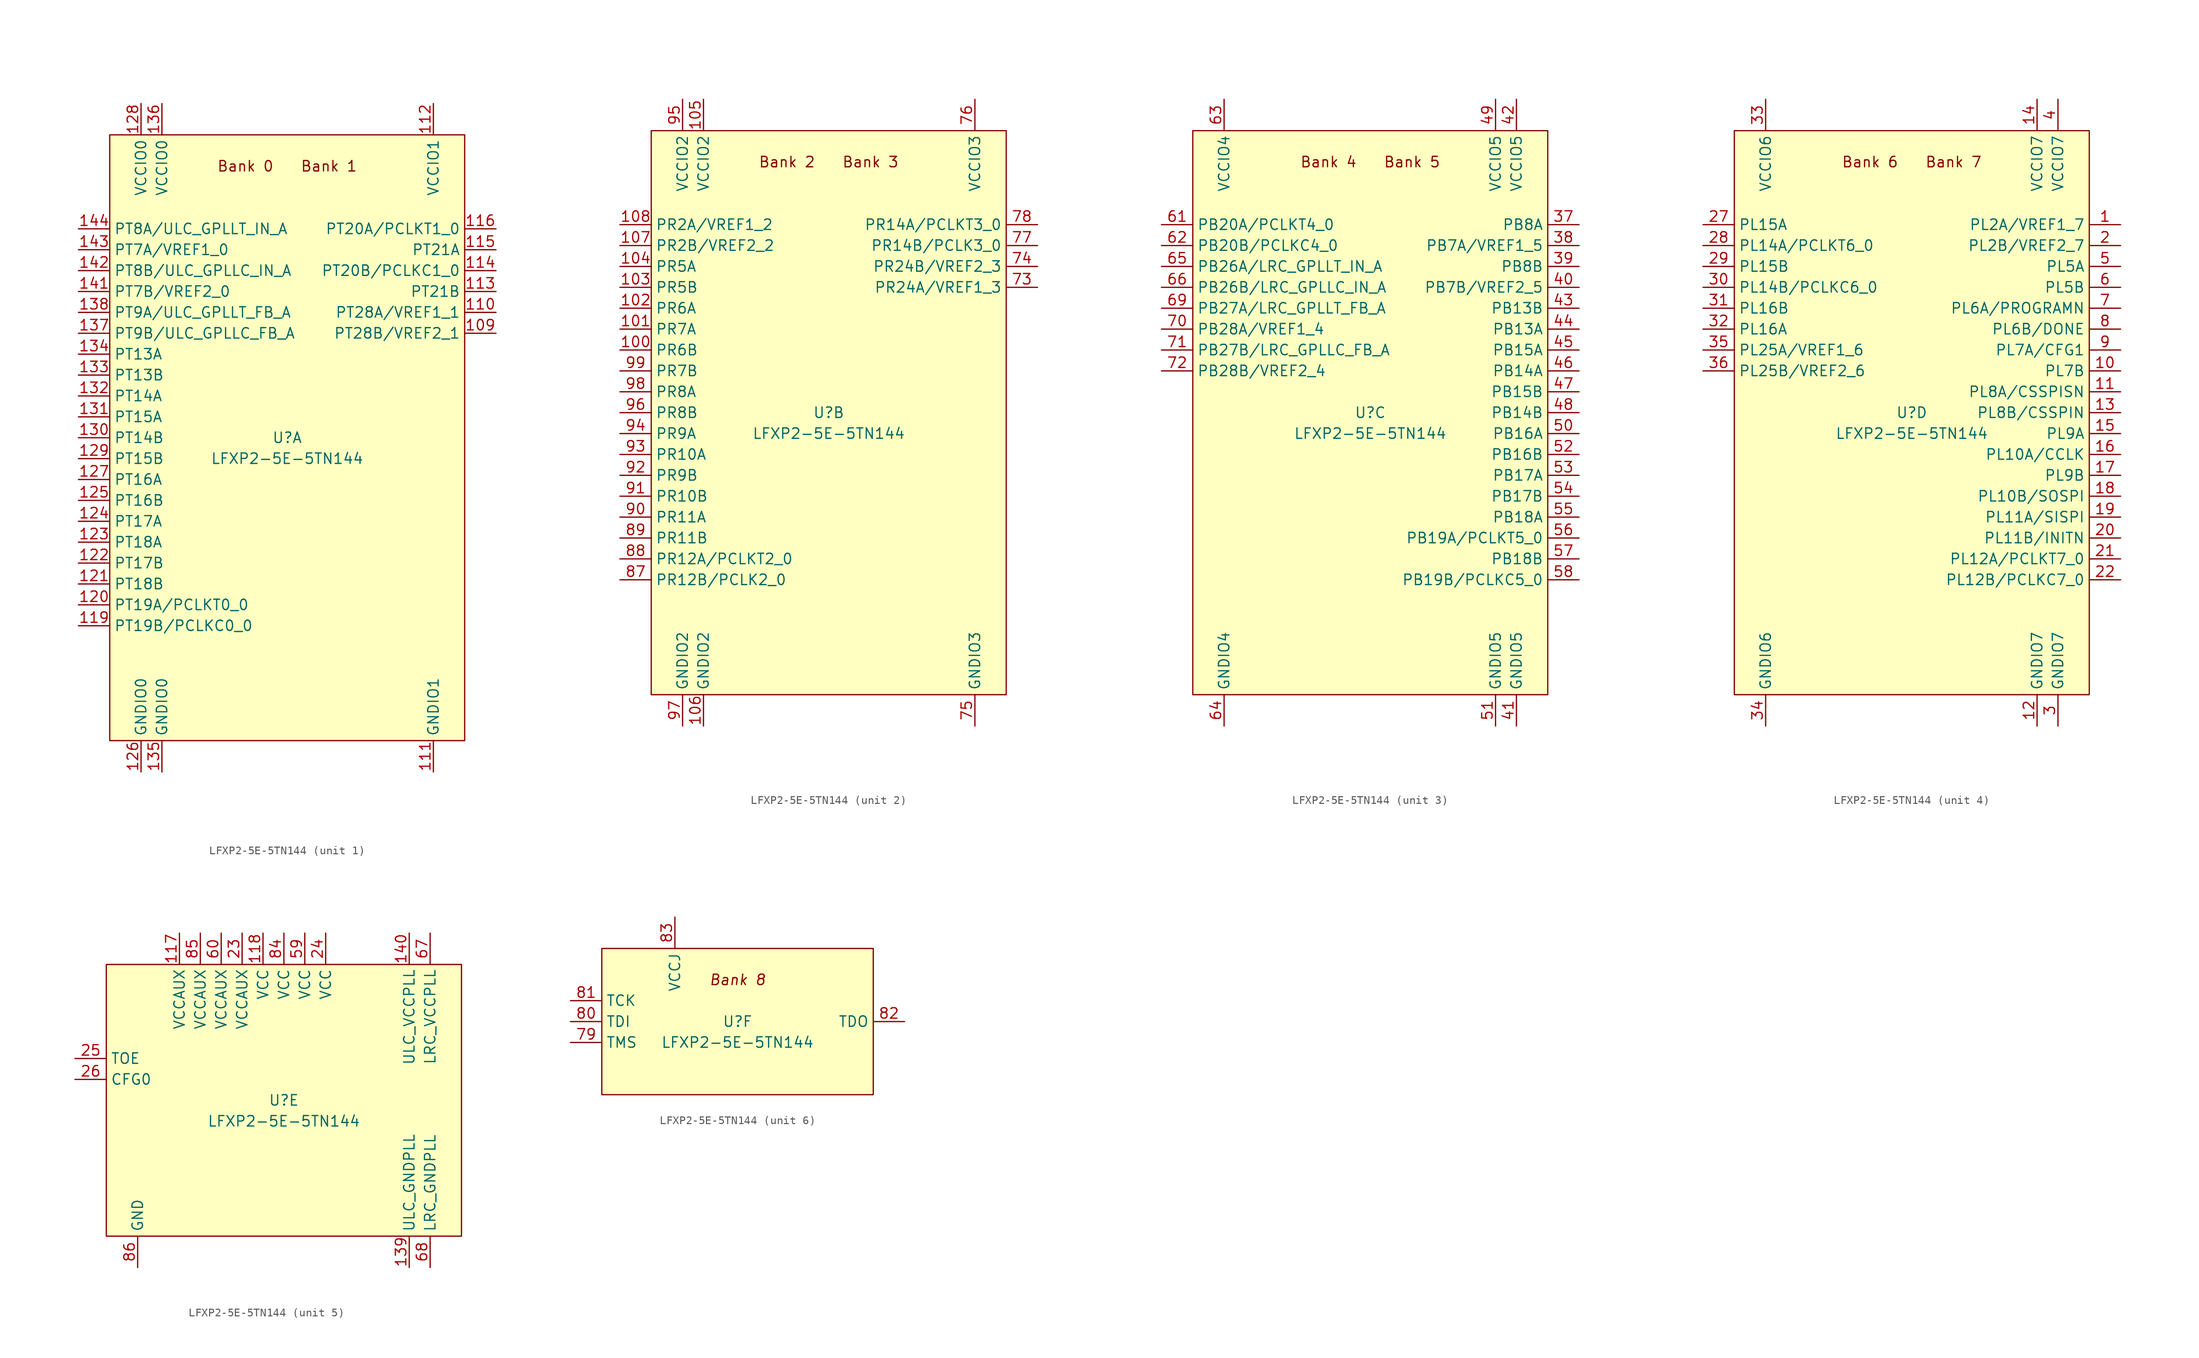
<source format=kicad_sym>
(kicad_symbol_lib
  (version 20211014)
  (generator kicad_symbol_editor)
  (symbol "LFXP2-5E-5TN144"
    (property "Reference" "U"
      (at 0 0 0)
      (effects (font (size 1.27 1.27))))
    (property "Value" "LFXP2-5E-5TN144"
      (at 0 -2.54 0)
      (effects (font (size 1.27 1.27))))
    (property "ki_locked" ""
      (at 0 0 0)
      (effects (font (size 1.27 1.27))))
    (symbol "LFXP2-5E-5TN144_1_0"
      (text "Bank 0" (at -5.08 33.02 0) (effects (font (size 1.27 1.27))))
      (text "Bank 1" (at 5.08 33.02 0) (effects (font (size 1.27 1.27)))))
    (symbol "LFXP2-5E-5TN144_1_1"
      (rectangle (start -21.59 36.83) (end 21.59 -36.83) (stroke (width 0) (type default) (color 0 0 0 0)) (fill (type background)))
      (pin bidirectional line (at 25.4 12.7 180) (length 3.81) (name "PT28B/VREF2_1" (effects (font (size 1.27 1.27)))) (number "109" (effects (font (size 1.27 1.27)))))
      (pin bidirectional line (at 25.4 15.24 180) (length 3.81) (name "PT28A/VREF1_1" (effects (font (size 1.27 1.27)))) (number "110" (effects (font (size 1.27 1.27)))))
      (pin power_in line (at 17.78 -40.64 90) (length 3.81) (name "GNDIO1" (effects (font (size 1.27 1.27)))) (number "111" (effects (font (size 1.27 1.27)))))
      (pin power_in line (at 17.78 40.64 270) (length 3.81) (name "VCCIO1" (effects (font (size 1.27 1.27)))) (number "112" (effects (font (size 1.27 1.27)))))
      (pin bidirectional line (at 25.4 17.78 180) (length 3.81) (name "PT21B" (effects (font (size 1.27 1.27)))) (number "113" (effects (font (size 1.27 1.27)))))
      (pin bidirectional line (at 25.4 20.32 180) (length 3.81) (name "PT20B/PCLKC1_0" (effects (font (size 1.27 1.27)))) (number "114" (effects (font (size 1.27 1.27)))))
      (pin bidirectional line (at 25.4 22.86 180) (length 3.81) (name "PT21A" (effects (font (size 1.27 1.27)))) (number "115" (effects (font (size 1.27 1.27)))))
      (pin bidirectional line (at 25.4 25.4 180) (length 3.81) (name "PT20A/PCLKT1_0" (effects (font (size 1.27 1.27)))) (number "116" (effects (font (size 1.27 1.27)))))
      (pin bidirectional line (at -25.4 -22.86 0) (length 3.81) (name "PT19B/PCLKC0_0" (effects (font (size 1.27 1.27)))) (number "119" (effects (font (size 1.27 1.27)))))
      (pin bidirectional line (at -25.4 -20.32 0) (length 3.81) (name "PT19A/PCLKT0_0" (effects (font (size 1.27 1.27)))) (number "120" (effects (font (size 1.27 1.27)))))
      (pin bidirectional line (at -25.4 -17.78 0) (length 3.81) (name "PT18B" (effects (font (size 1.27 1.27)))) (number "121" (effects (font (size 1.27 1.27)))))
      (pin bidirectional line (at -25.4 -15.24 0) (length 3.81) (name "PT17B" (effects (font (size 1.27 1.27)))) (number "122" (effects (font (size 1.27 1.27)))))
      (pin bidirectional line (at -25.4 -12.7 0) (length 3.81) (name "PT18A" (effects (font (size 1.27 1.27)))) (number "123" (effects (font (size 1.27 1.27)))))
      (pin bidirectional line (at -25.4 -10.16 0) (length 3.81) (name "PT17A" (effects (font (size 1.27 1.27)))) (number "124" (effects (font (size 1.27 1.27)))))
      (pin bidirectional line (at -25.4 -7.62 0) (length 3.81) (name "PT16B" (effects (font (size 1.27 1.27)))) (number "125" (effects (font (size 1.27 1.27)))))
      (pin power_in line (at -17.78 -40.64 90) (length 3.81) (name "GNDIO0" (effects (font (size 1.27 1.27)))) (number "126" (effects (font (size 1.27 1.27)))))
      (pin bidirectional line (at -25.4 -5.08 0) (length 3.81) (name "PT16A" (effects (font (size 1.27 1.27)))) (number "127" (effects (font (size 1.27 1.27)))))
      (pin power_in line (at -17.78 40.64 270) (length 3.81) (name "VCCIO0" (effects (font (size 1.27 1.27)))) (number "128" (effects (font (size 1.27 1.27)))))
      (pin bidirectional line (at -25.4 -2.54 0) (length 3.81) (name "PT15B" (effects (font (size 1.27 1.27)))) (number "129" (effects (font (size 1.27 1.27)))))
      (pin bidirectional line (at -25.4 0 0) (length 3.81) (name "PT14B" (effects (font (size 1.27 1.27)))) (number "130" (effects (font (size 1.27 1.27)))))
      (pin bidirectional line (at -25.4 2.54 0) (length 3.81) (name "PT15A" (effects (font (size 1.27 1.27)))) (number "131" (effects (font (size 1.27 1.27)))))
      (pin bidirectional line (at -25.4 5.08 0) (length 3.81) (name "PT14A" (effects (font (size 1.27 1.27)))) (number "132" (effects (font (size 1.27 1.27)))))
      (pin bidirectional line (at -25.4 7.62 0) (length 3.81) (name "PT13B" (effects (font (size 1.27 1.27)))) (number "133" (effects (font (size 1.27 1.27)))))
      (pin bidirectional line (at -25.4 10.16 0) (length 3.81) (name "PT13A" (effects (font (size 1.27 1.27)))) (number "134" (effects (font (size 1.27 1.27)))))
      (pin power_in line (at -15.24 -40.64 90) (length 3.81) (name "GNDIO0" (effects (font (size 1.27 1.27)))) (number "135" (effects (font (size 1.27 1.27)))))
      (pin power_in line (at -15.24 40.64 270) (length 3.81) (name "VCCIO0" (effects (font (size 1.27 1.27)))) (number "136" (effects (font (size 1.27 1.27)))))
      (pin bidirectional line (at -25.4 12.7 0) (length 3.81) (name "PT9B/ULC_GPLLC_FB_A" (effects (font (size 1.27 1.27)))) (number "137" (effects (font (size 1.27 1.27)))))
      (pin bidirectional line (at -25.4 15.24 0) (length 3.81) (name "PT9A/ULC_GPLLT_FB_A" (effects (font (size 1.27 1.27)))) (number "138" (effects (font (size 1.27 1.27)))))
      (pin bidirectional line (at -25.4 17.78 0) (length 3.81) (name "PT7B/VREF2_0" (effects (font (size 1.27 1.27)))) (number "141" (effects (font (size 1.27 1.27)))))
      (pin bidirectional line (at -25.4 20.32 0) (length 3.81) (name "PT8B/ULC_GPLLC_IN_A" (effects (font (size 1.27 1.27)))) (number "142" (effects (font (size 1.27 1.27)))))
      (pin bidirectional line (at -25.4 22.86 0) (length 3.81) (name "PT7A/VREF1_0" (effects (font (size 1.27 1.27)))) (number "143" (effects (font (size 1.27 1.27)))))
      (pin bidirectional line (at -25.4 25.4 0) (length 3.81) (name "PT8A/ULC_GPLLT_IN_A" (effects (font (size 1.27 1.27)))) (number "144" (effects (font (size 1.27 1.27))))))
    (symbol "LFXP2-5E-5TN144_2_0"
      (text "Bank 2" (at -5.08 30.48 0) (effects (font (size 1.27 1.27))))
      (text "Bank 3" (at 5.08 30.48 0) (effects (font (size 1.27 1.27)))))
    (symbol "LFXP2-5E-5TN144_2_1"
      (rectangle (start -21.59 34.29) (end 21.59 -34.29) (stroke (width 0) (type default) (color 0 0 0 0)) (fill (type background)))
      (pin bidirectional line (at -25.4 7.62 0) (length 3.81) (name "PR6B" (effects (font (size 1.27 1.27)))) (number "100" (effects (font (size 1.27 1.27)))))
      (pin bidirectional line (at -25.4 10.16 0) (length 3.81) (name "PR7A" (effects (font (size 1.27 1.27)))) (number "101" (effects (font (size 1.27 1.27)))))
      (pin bidirectional line (at -25.4 12.7 0) (length 3.81) (name "PR6A" (effects (font (size 1.27 1.27)))) (number "102" (effects (font (size 1.27 1.27)))))
      (pin bidirectional line (at -25.4 15.24 0) (length 3.81) (name "PR5B" (effects (font (size 1.27 1.27)))) (number "103" (effects (font (size 1.27 1.27)))))
      (pin bidirectional line (at -25.4 17.78 0) (length 3.81) (name "PR5A" (effects (font (size 1.27 1.27)))) (number "104" (effects (font (size 1.27 1.27)))))
      (pin power_in line (at -15.24 38.1 270) (length 3.81) (name "VCCIO2" (effects (font (size 1.27 1.27)))) (number "105" (effects (font (size 1.27 1.27)))))
      (pin power_in line (at -15.24 -38.1 90) (length 3.81) (name "GNDIO2" (effects (font (size 1.27 1.27)))) (number "106" (effects (font (size 1.27 1.27)))))
      (pin bidirectional line (at -25.4 20.32 0) (length 3.81) (name "PR2B/VREF2_2" (effects (font (size 1.27 1.27)))) (number "107" (effects (font (size 1.27 1.27)))))
      (pin bidirectional line (at -25.4 22.86 0) (length 3.81) (name "PR2A/VREF1_2" (effects (font (size 1.27 1.27)))) (number "108" (effects (font (size 1.27 1.27)))))
      (pin bidirectional line (at 25.4 15.24 180) (length 3.81) (name "PR24A/VREF1_3" (effects (font (size 1.27 1.27)))) (number "73" (effects (font (size 1.27 1.27)))))
      (pin bidirectional line (at 25.4 17.78 180) (length 3.81) (name "PR24B/VREF2_3" (effects (font (size 1.27 1.27)))) (number "74" (effects (font (size 1.27 1.27)))))
      (pin power_in line (at 17.78 -38.1 90) (length 3.81) (name "GNDIO3" (effects (font (size 1.27 1.27)))) (number "75" (effects (font (size 1.27 1.27)))))
      (pin power_in line (at 17.78 38.1 270) (length 3.81) (name "VCCIO3" (effects (font (size 1.27 1.27)))) (number "76" (effects (font (size 1.27 1.27)))))
      (pin bidirectional line (at 25.4 20.32 180) (length 3.81) (name "PR14B/PCLK3_0" (effects (font (size 1.27 1.27)))) (number "77" (effects (font (size 1.27 1.27)))))
      (pin bidirectional line (at 25.4 22.86 180) (length 3.81) (name "PR14A/PCLKT3_0" (effects (font (size 1.27 1.27)))) (number "78" (effects (font (size 1.27 1.27)))))
      (pin bidirectional line (at -25.4 -20.32 0) (length 3.81) (name "PR12B/PCLK2_0" (effects (font (size 1.27 1.27)))) (number "87" (effects (font (size 1.27 1.27)))))
      (pin bidirectional line (at -25.4 -17.78 0) (length 3.81) (name "PR12A/PCLKT2_0" (effects (font (size 1.27 1.27)))) (number "88" (effects (font (size 1.27 1.27)))))
      (pin bidirectional line (at -25.4 -15.24 0) (length 3.81) (name "PR11B" (effects (font (size 1.27 1.27)))) (number "89" (effects (font (size 1.27 1.27)))))
      (pin bidirectional line (at -25.4 -12.7 0) (length 3.81) (name "PR11A" (effects (font (size 1.27 1.27)))) (number "90" (effects (font (size 1.27 1.27)))))
      (pin bidirectional line (at -25.4 -10.16 0) (length 3.81) (name "PR10B" (effects (font (size 1.27 1.27)))) (number "91" (effects (font (size 1.27 1.27)))))
      (pin bidirectional line (at -25.4 -7.62 0) (length 3.81) (name "PR9B" (effects (font (size 1.27 1.27)))) (number "92" (effects (font (size 1.27 1.27)))))
      (pin bidirectional line (at -25.4 -5.08 0) (length 3.81) (name "PR10A" (effects (font (size 1.27 1.27)))) (number "93" (effects (font (size 1.27 1.27)))))
      (pin bidirectional line (at -25.4 -2.54 0) (length 3.81) (name "PR9A" (effects (font (size 1.27 1.27)))) (number "94" (effects (font (size 1.27 1.27)))))
      (pin power_in line (at -17.78 38.1 270) (length 3.81) (name "VCCIO2" (effects (font (size 1.27 1.27)))) (number "95" (effects (font (size 1.27 1.27)))))
      (pin bidirectional line (at -25.4 0 0) (length 3.81) (name "PR8B" (effects (font (size 1.27 1.27)))) (number "96" (effects (font (size 1.27 1.27)))))
      (pin power_in line (at -17.78 -38.1 90) (length 3.81) (name "GNDIO2" (effects (font (size 1.27 1.27)))) (number "97" (effects (font (size 1.27 1.27)))))
      (pin bidirectional line (at -25.4 2.54 0) (length 3.81) (name "PR8A" (effects (font (size 1.27 1.27)))) (number "98" (effects (font (size 1.27 1.27)))))
      (pin bidirectional line (at -25.4 5.08 0) (length 3.81) (name "PR7B" (effects (font (size 1.27 1.27)))) (number "99" (effects (font (size 1.27 1.27))))))
    (symbol "LFXP2-5E-5TN144_3_0"
      (text "Bank 4" (at -5.08 30.48 0) (effects (font (size 1.27 1.27))))
      (text "Bank 5" (at 5.08 30.48 0) (effects (font (size 1.27 1.27)))))
    (symbol "LFXP2-5E-5TN144_3_1"
      (rectangle (start -21.59 34.29) (end 21.59 -34.29) (stroke (width 0) (type default) (color 0 0 0 0)) (fill (type background)))
      (pin bidirectional line (at 25.4 22.86 180) (length 3.81) (name "PB8A" (effects (font (size 1.27 1.27)))) (number "37" (effects (font (size 1.27 1.27)))))
      (pin bidirectional line (at 25.4 20.32 180) (length 3.81) (name "PB7A/VREF1_5" (effects (font (size 1.27 1.27)))) (number "38" (effects (font (size 1.27 1.27)))))
      (pin bidirectional line (at 25.4 17.78 180) (length 3.81) (name "PB8B" (effects (font (size 1.27 1.27)))) (number "39" (effects (font (size 1.27 1.27)))))
      (pin bidirectional line (at 25.4 15.24 180) (length 3.81) (name "PB7B/VREF2_5" (effects (font (size 1.27 1.27)))) (number "40" (effects (font (size 1.27 1.27)))))
      (pin power_in line (at 17.78 -38.1 90) (length 3.81) (name "GNDIO5" (effects (font (size 1.27 1.27)))) (number "41" (effects (font (size 1.27 1.27)))))
      (pin power_in line (at 17.78 38.1 270) (length 3.81) (name "VCCIO5" (effects (font (size 1.27 1.27)))) (number "42" (effects (font (size 1.27 1.27)))))
      (pin bidirectional line (at 25.4 12.7 180) (length 3.81) (name "PB13B" (effects (font (size 1.27 1.27)))) (number "43" (effects (font (size 1.27 1.27)))))
      (pin bidirectional line (at 25.4 10.16 180) (length 3.81) (name "PB13A" (effects (font (size 1.27 1.27)))) (number "44" (effects (font (size 1.27 1.27)))))
      (pin bidirectional line (at 25.4 7.62 180) (length 3.81) (name "PB15A" (effects (font (size 1.27 1.27)))) (number "45" (effects (font (size 1.27 1.27)))))
      (pin bidirectional line (at 25.4 5.08 180) (length 3.81) (name "PB14A" (effects (font (size 1.27 1.27)))) (number "46" (effects (font (size 1.27 1.27)))))
      (pin bidirectional line (at 25.4 2.54 180) (length 3.81) (name "PB15B" (effects (font (size 1.27 1.27)))) (number "47" (effects (font (size 1.27 1.27)))))
      (pin bidirectional line (at 25.4 0 180) (length 3.81) (name "PB14B" (effects (font (size 1.27 1.27)))) (number "48" (effects (font (size 1.27 1.27)))))
      (pin power_in line (at 15.24 38.1 270) (length 3.81) (name "VCCIO5" (effects (font (size 1.27 1.27)))) (number "49" (effects (font (size 1.27 1.27)))))
      (pin bidirectional line (at 25.4 -2.54 180) (length 3.81) (name "PB16A" (effects (font (size 1.27 1.27)))) (number "50" (effects (font (size 1.27 1.27)))))
      (pin power_in line (at 15.24 -38.1 90) (length 3.81) (name "GNDIO5" (effects (font (size 1.27 1.27)))) (number "51" (effects (font (size 1.27 1.27)))))
      (pin bidirectional line (at 25.4 -5.08 180) (length 3.81) (name "PB16B" (effects (font (size 1.27 1.27)))) (number "52" (effects (font (size 1.27 1.27)))))
      (pin bidirectional line (at 25.4 -7.62 180) (length 3.81) (name "PB17A" (effects (font (size 1.27 1.27)))) (number "53" (effects (font (size 1.27 1.27)))))
      (pin bidirectional line (at 25.4 -10.16 180) (length 3.81) (name "PB17B" (effects (font (size 1.27 1.27)))) (number "54" (effects (font (size 1.27 1.27)))))
      (pin bidirectional line (at 25.4 -12.7 180) (length 3.81) (name "PB18A" (effects (font (size 1.27 1.27)))) (number "55" (effects (font (size 1.27 1.27)))))
      (pin bidirectional line (at 25.4 -15.24 180) (length 3.81) (name "PB19A/PCLKT5_0" (effects (font (size 1.27 1.27)))) (number "56" (effects (font (size 1.27 1.27)))))
      (pin bidirectional line (at 25.4 -17.78 180) (length 3.81) (name "PB18B" (effects (font (size 1.27 1.27)))) (number "57" (effects (font (size 1.27 1.27)))))
      (pin bidirectional line (at 25.4 -20.32 180) (length 3.81) (name "PB19B/PCLKC5_0" (effects (font (size 1.27 1.27)))) (number "58" (effects (font (size 1.27 1.27)))))
      (pin bidirectional line (at -25.4 22.86 0) (length 3.81) (name "PB20A/PCLKT4_0" (effects (font (size 1.27 1.27)))) (number "61" (effects (font (size 1.27 1.27)))))
      (pin bidirectional line (at -25.4 20.32 0) (length 3.81) (name "PB20B/PCLKC4_0" (effects (font (size 1.27 1.27)))) (number "62" (effects (font (size 1.27 1.27)))))
      (pin power_in line (at -17.78 38.1 270) (length 3.81) (name "VCCIO4" (effects (font (size 1.27 1.27)))) (number "63" (effects (font (size 1.27 1.27)))))
      (pin power_in line (at -17.78 -38.1 90) (length 3.81) (name "GNDIO4" (effects (font (size 1.27 1.27)))) (number "64" (effects (font (size 1.27 1.27)))))
      (pin bidirectional line (at -25.4 17.78 0) (length 3.81) (name "PB26A/LRC_GPLLT_IN_A" (effects (font (size 1.27 1.27)))) (number "65" (effects (font (size 1.27 1.27)))))
      (pin bidirectional line (at -25.4 15.24 0) (length 3.81) (name "PB26B/LRC_GPLLC_IN_A" (effects (font (size 1.27 1.27)))) (number "66" (effects (font (size 1.27 1.27)))))
      (pin bidirectional line (at -25.4 12.7 0) (length 3.81) (name "PB27A/LRC_GPLLT_FB_A" (effects (font (size 1.27 1.27)))) (number "69" (effects (font (size 1.27 1.27)))))
      (pin bidirectional line (at -25.4 10.16 0) (length 3.81) (name "PB28A/VREF1_4" (effects (font (size 1.27 1.27)))) (number "70" (effects (font (size 1.27 1.27)))))
      (pin bidirectional line (at -25.4 7.62 0) (length 3.81) (name "PB27B/LRC_GPLLC_FB_A" (effects (font (size 1.27 1.27)))) (number "71" (effects (font (size 1.27 1.27)))))
      (pin bidirectional line (at -25.4 5.08 0) (length 3.81) (name "PB28B/VREF2_4" (effects (font (size 1.27 1.27)))) (number "72" (effects (font (size 1.27 1.27))))))
    (symbol "LFXP2-5E-5TN144_4_0"
      (text "Bank 6" (at -5.08 30.48 0) (effects (font (size 1.27 1.27))))
      (text "Bank 7" (at 5.08 30.48 0) (effects (font (size 1.27 1.27)))))
    (symbol "LFXP2-5E-5TN144_4_1"
      (rectangle (start -21.59 34.29) (end 21.59 -34.29) (stroke (width 0) (type default) (color 0 0 0 0)) (fill (type background)))
      (pin bidirectional line (at 25.4 22.86 180) (length 3.81) (name "PL2A/VREF1_7" (effects (font (size 1.27 1.27)))) (number "1" (effects (font (size 1.27 1.27)))))
      (pin bidirectional line (at 25.4 5.08 180) (length 3.81) (name "PL7B" (effects (font (size 1.27 1.27)))) (number "10" (effects (font (size 1.27 1.27)))))
      (pin bidirectional line (at 25.4 2.54 180) (length 3.81) (name "PL8A/CSSPISN" (effects (font (size 1.27 1.27)))) (number "11" (effects (font (size 1.27 1.27)))))
      (pin power_in line (at 15.24 -38.1 90) (length 3.81) (name "GNDIO7" (effects (font (size 1.27 1.27)))) (number "12" (effects (font (size 1.27 1.27)))))
      (pin bidirectional line (at 25.4 0 180) (length 3.81) (name "PL8B/CSSPIN" (effects (font (size 1.27 1.27)))) (number "13" (effects (font (size 1.27 1.27)))))
      (pin power_in line (at 15.24 38.1 270) (length 3.81) (name "VCCIO7" (effects (font (size 1.27 1.27)))) (number "14" (effects (font (size 1.27 1.27)))))
      (pin bidirectional line (at 25.4 -2.54 180) (length 3.81) (name "PL9A" (effects (font (size 1.27 1.27)))) (number "15" (effects (font (size 1.27 1.27)))))
      (pin bidirectional line (at 25.4 -5.08 180) (length 3.81) (name "PL10A/CCLK" (effects (font (size 1.27 1.27)))) (number "16" (effects (font (size 1.27 1.27)))))
      (pin bidirectional line (at 25.4 -7.62 180) (length 3.81) (name "PL9B" (effects (font (size 1.27 1.27)))) (number "17" (effects (font (size 1.27 1.27)))))
      (pin bidirectional line (at 25.4 -10.16 180) (length 3.81) (name "PL10B/SOSPI" (effects (font (size 1.27 1.27)))) (number "18" (effects (font (size 1.27 1.27)))))
      (pin bidirectional line (at 25.4 -12.7 180) (length 3.81) (name "PL11A/SISPI" (effects (font (size 1.27 1.27)))) (number "19" (effects (font (size 1.27 1.27)))))
      (pin bidirectional line (at 25.4 20.32 180) (length 3.81) (name "PL2B/VREF2_7" (effects (font (size 1.27 1.27)))) (number "2" (effects (font (size 1.27 1.27)))))
      (pin bidirectional line (at 25.4 -15.24 180) (length 3.81) (name "PL11B/INITN" (effects (font (size 1.27 1.27)))) (number "20" (effects (font (size 1.27 1.27)))))
      (pin bidirectional line (at 25.4 -17.78 180) (length 3.81) (name "PL12A/PCLKT7_0" (effects (font (size 1.27 1.27)))) (number "21" (effects (font (size 1.27 1.27)))))
      (pin bidirectional line (at 25.4 -20.32 180) (length 3.81) (name "PL12B/PCLKC7_0" (effects (font (size 1.27 1.27)))) (number "22" (effects (font (size 1.27 1.27)))))
      (pin bidirectional line (at -25.4 22.86 0) (length 3.81) (name "PL15A" (effects (font (size 1.27 1.27)))) (number "27" (effects (font (size 1.27 1.27)))))
      (pin bidirectional line (at -25.4 20.32 0) (length 3.81) (name "PL14A/PCLKT6_0" (effects (font (size 1.27 1.27)))) (number "28" (effects (font (size 1.27 1.27)))))
      (pin bidirectional line (at -25.4 17.78 0) (length 3.81) (name "PL15B" (effects (font (size 1.27 1.27)))) (number "29" (effects (font (size 1.27 1.27)))))
      (pin power_in line (at 17.78 -38.1 90) (length 3.81) (name "GNDIO7" (effects (font (size 1.27 1.27)))) (number "3" (effects (font (size 1.27 1.27)))))
      (pin bidirectional line (at -25.4 15.24 0) (length 3.81) (name "PL14B/PCLKC6_0" (effects (font (size 1.27 1.27)))) (number "30" (effects (font (size 1.27 1.27)))))
      (pin bidirectional line (at -25.4 12.7 0) (length 3.81) (name "PL16B" (effects (font (size 1.27 1.27)))) (number "31" (effects (font (size 1.27 1.27)))))
      (pin bidirectional line (at -25.4 10.16 0) (length 3.81) (name "PL16A" (effects (font (size 1.27 1.27)))) (number "32" (effects (font (size 1.27 1.27)))))
      (pin power_in line (at -17.78 38.1 270) (length 3.81) (name "VCCIO6" (effects (font (size 1.27 1.27)))) (number "33" (effects (font (size 1.27 1.27)))))
      (pin power_in line (at -17.78 -38.1 90) (length 3.81) (name "GNDIO6" (effects (font (size 1.27 1.27)))) (number "34" (effects (font (size 1.27 1.27)))))
      (pin bidirectional line (at -25.4 7.62 0) (length 3.81) (name "PL25A/VREF1_6" (effects (font (size 1.27 1.27)))) (number "35" (effects (font (size 1.27 1.27)))))
      (pin bidirectional line (at -25.4 5.08 0) (length 3.81) (name "PL25B/VREF2_6" (effects (font (size 1.27 1.27)))) (number "36" (effects (font (size 1.27 1.27)))))
      (pin power_in line (at 17.78 38.1 270) (length 3.81) (name "VCCIO7" (effects (font (size 1.27 1.27)))) (number "4" (effects (font (size 1.27 1.27)))))
      (pin bidirectional line (at 25.4 17.78 180) (length 3.81) (name "PL5A" (effects (font (size 1.27 1.27)))) (number "5" (effects (font (size 1.27 1.27)))))
      (pin bidirectional line (at 25.4 15.24 180) (length 3.81) (name "PL5B" (effects (font (size 1.27 1.27)))) (number "6" (effects (font (size 1.27 1.27)))))
      (pin bidirectional line (at 25.4 12.7 180) (length 3.81) (name "PL6A/PROGRAMN" (effects (font (size 1.27 1.27)))) (number "7" (effects (font (size 1.27 1.27)))))
      (pin bidirectional line (at 25.4 10.16 180) (length 3.81) (name "PL6B/DONE" (effects (font (size 1.27 1.27)))) (number "8" (effects (font (size 1.27 1.27)))))
      (pin bidirectional line (at 25.4 7.62 180) (length 3.81) (name "PL7A/CFG1" (effects (font (size 1.27 1.27)))) (number "9" (effects (font (size 1.27 1.27))))))
    (symbol "LFXP2-5E-5TN144_5_1"
      (rectangle (start -21.59 16.51) (end 21.59 -16.51) (stroke (width 0) (type default) (color 0 0 0 0)) (fill (type background)))
      (pin power_in line (at -12.7 20.32 270) (length 3.81) (name "VCCAUX" (effects (font (size 1.27 1.27)))) (number "117" (effects (font (size 1.27 1.27)))))
      (pin power_in line (at -2.54 20.32 270) (length 3.81) (name "VCC" (effects (font (size 1.27 1.27)))) (number "118" (effects (font (size 1.27 1.27)))))
      (pin power_in line (at 15.24 -20.32 90) (length 3.81) (name "ULC_GNDPLL" (effects (font (size 1.27 1.27)))) (number "139" (effects (font (size 1.27 1.27)))))
      (pin power_in line (at 15.24 20.32 270) (length 3.81) (name "ULC_VCCPLL" (effects (font (size 1.27 1.27)))) (number "140" (effects (font (size 1.27 1.27)))))
      (pin power_in line (at -5.08 20.32 270) (length 3.81) (name "VCCAUX" (effects (font (size 1.27 1.27)))) (number "23" (effects (font (size 1.27 1.27)))))
      (pin power_in line (at 5.08 20.32 270) (length 3.81) (name "VCC" (effects (font (size 1.27 1.27)))) (number "24" (effects (font (size 1.27 1.27)))))
      (pin input line (at -25.4 5.08 0) (length 3.81) (name "TOE" (effects (font (size 1.27 1.27)))) (number "25" (effects (font (size 1.27 1.27)))))
      (pin input line (at -25.4 2.54 0) (length 3.81) (name "CFG0" (effects (font (size 1.27 1.27)))) (number "26" (effects (font (size 1.27 1.27)))))
      (pin power_in line (at 2.54 20.32 270) (length 3.81) (name "VCC" (effects (font (size 1.27 1.27)))) (number "59" (effects (font (size 1.27 1.27)))))
      (pin power_in line (at -7.62 20.32 270) (length 3.81) (name "VCCAUX" (effects (font (size 1.27 1.27)))) (number "60" (effects (font (size 1.27 1.27)))))
      (pin power_in line (at 17.78 20.32 270) (length 3.81) (name "LRC_VCCPLL" (effects (font (size 1.27 1.27)))) (number "67" (effects (font (size 1.27 1.27)))))
      (pin power_in line (at 17.78 -20.32 90) (length 3.81) (name "LRC_GNDPLL" (effects (font (size 1.27 1.27)))) (number "68" (effects (font (size 1.27 1.27)))))
      (pin power_in line (at 0 20.32 270) (length 3.81) (name "VCC" (effects (font (size 1.27 1.27)))) (number "84" (effects (font (size 1.27 1.27)))))
      (pin power_in line (at -10.16 20.32 270) (length 3.81) (name "VCCAUX" (effects (font (size 1.27 1.27)))) (number "85" (effects (font (size 1.27 1.27)))))
      (pin power_in line (at -17.78 -20.32 90) (length 3.81) (name "GND" (effects (font (size 1.27 1.27)))) (number "86" (effects (font (size 1.27 1.27))))))
    (symbol "LFXP2-5E-5TN144_6_0"
      (rectangle (start -16.51 8.89) (end 16.51 -8.89) (stroke (width 0) (type default) (color 0 0 0 0)) (fill (type background)))
      (text "Bank 8" (at 0 5.08 0) (effects (font (size 1.27 1.27) italic))))
    (symbol "LFXP2-5E-5TN144_6_1"
      (pin input line (at -20.32 -2.54 0) (length 3.81) (name "TMS" (effects (font (size 1.27 1.27)))) (number "79" (effects (font (size 1.27 1.27)))))
      (pin input line (at -20.32 0 0) (length 3.81) (name "TDI" (effects (font (size 1.27 1.27)))) (number "80" (effects (font (size 1.27 1.27)))))
      (pin input line (at -20.32 2.54 0) (length 3.81) (name "TCK" (effects (font (size 1.27 1.27)))) (number "81" (effects (font (size 1.27 1.27)))))
      (pin output line (at 20.32 0 180) (length 3.81) (name "TDO" (effects (font (size 1.27 1.27)))) (number "82" (effects (font (size 1.27 1.27)))))
      (pin power_in line (at -7.62 12.7 270) (length 3.81) (name "VCCJ" (effects (font (size 1.27 1.27)))) (number "83" (effects (font (size 1.27 1.27))))))))
</source>
